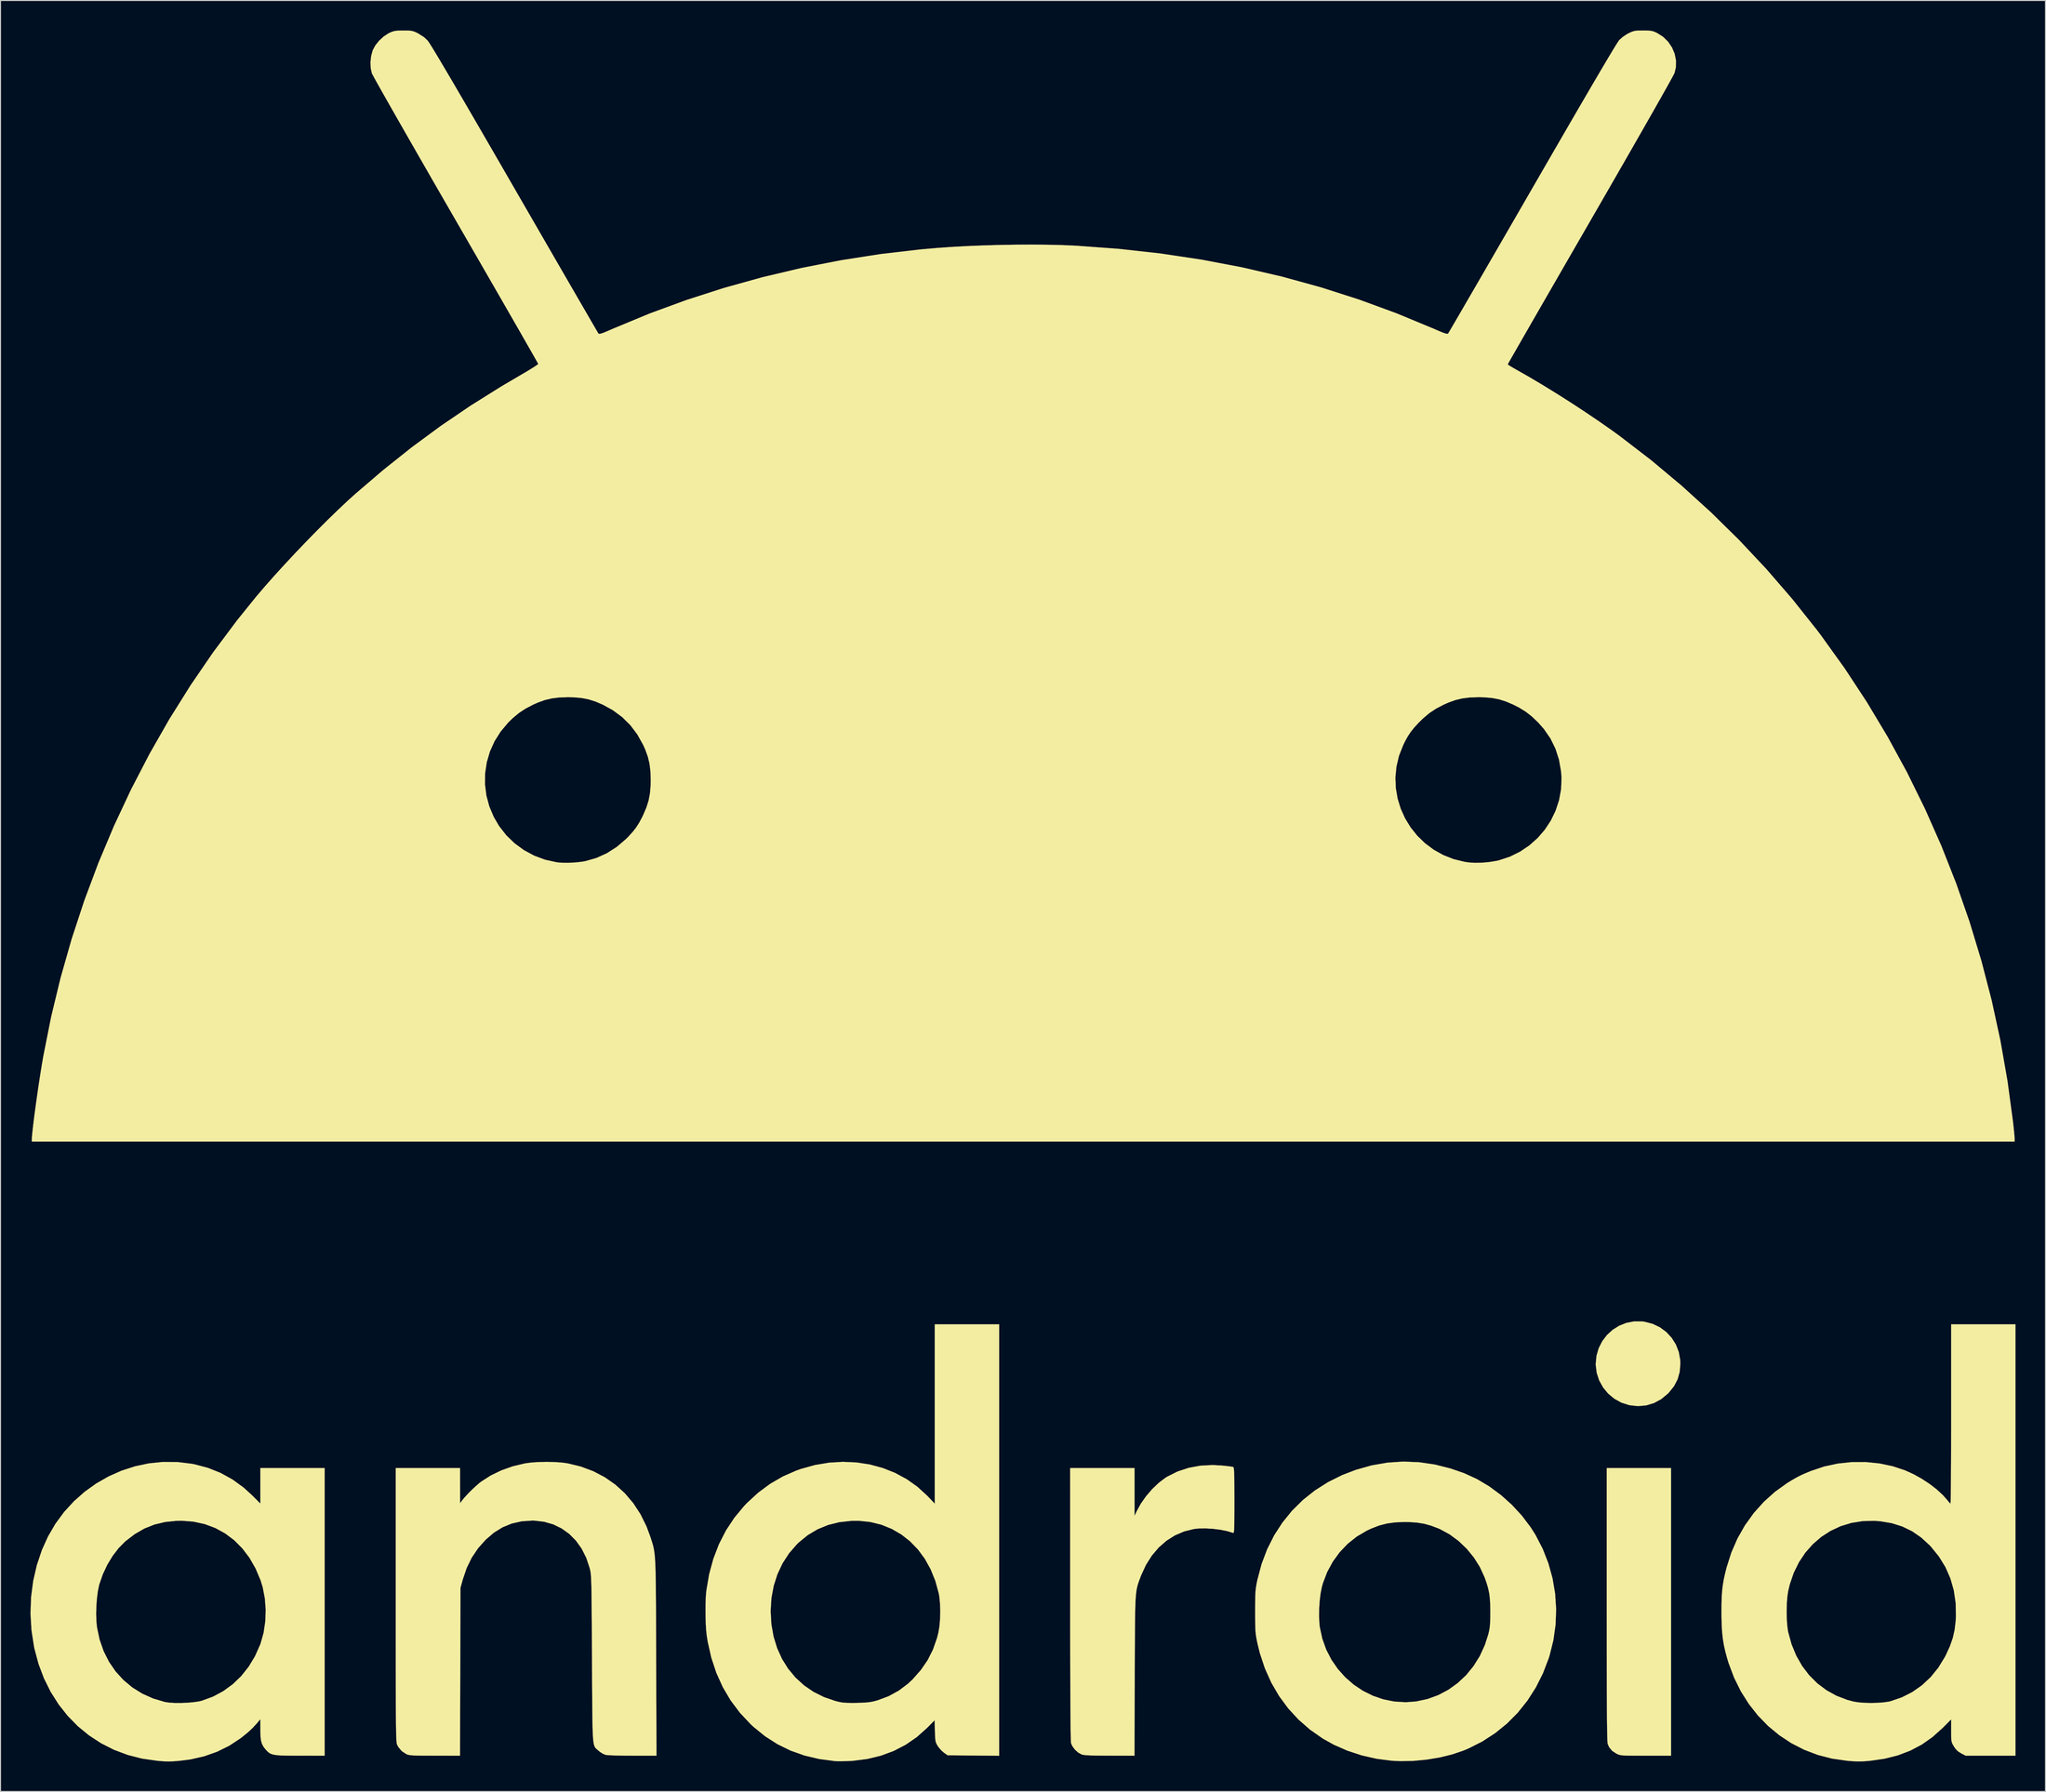
<source format=kicad_pcb>
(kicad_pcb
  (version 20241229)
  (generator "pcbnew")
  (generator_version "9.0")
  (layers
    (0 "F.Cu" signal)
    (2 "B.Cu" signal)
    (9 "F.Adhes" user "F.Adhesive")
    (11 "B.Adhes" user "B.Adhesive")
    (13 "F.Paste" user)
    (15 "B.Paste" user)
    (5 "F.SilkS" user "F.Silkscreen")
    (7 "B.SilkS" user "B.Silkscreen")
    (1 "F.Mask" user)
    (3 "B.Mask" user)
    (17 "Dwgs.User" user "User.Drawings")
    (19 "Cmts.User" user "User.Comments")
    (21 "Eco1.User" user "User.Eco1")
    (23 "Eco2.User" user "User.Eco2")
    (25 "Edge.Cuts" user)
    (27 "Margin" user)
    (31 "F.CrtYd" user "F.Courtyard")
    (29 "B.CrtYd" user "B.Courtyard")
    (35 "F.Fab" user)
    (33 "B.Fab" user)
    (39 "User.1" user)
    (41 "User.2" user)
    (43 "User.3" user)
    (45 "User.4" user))
  (footprint "android_17x20_F"
    (layer "F.Cu")
    (at 99.28 86.746)
    (property "Reference" "android_17x20_F" (at 0 0 0) (layer "F.SilkS") (effects (font (size 1.524 1.524) (thickness 0.3))))
    (attr through_hole)
    (fp_poly (pts (xy 64.855 85.937) (xy 62.331 85.937) (xy 61.612 85.936) (xy 61.041 85.935) (xy 60.597 85.93) (xy 60.26 85.921) (xy 60.009 85.905) (xy 59.822 85.882) (xy 59.679 85.851) (xy 59.559 85.808) (xy 59.441 85.754) (xy 59.384 85.726) (xy 58.961 85.449) (xy 58.668 85.092) (xy 58.519 84.76) (xy 58.505 84.676) (xy 58.493 84.503) (xy 58.481 84.236) (xy 58.471 83.869) (xy 58.462 83.397) (xy 58.454 82.814) (xy 58.446 82.114) (xy 58.44 81.292) (xy 58.435 80.343) (xy 58.43 79.26) (xy 58.427 78.038) (xy 58.424 76.671) (xy 58.422 75.155) (xy 58.421 73.483) (xy 58.42 71.649) (xy 58.42 70.811) (xy 58.42 57.15) (xy 64.855 57.15) (xy 64.855 85.937)) (stroke (width 0.01) (type solid)) (fill yes) (layer "F.SilkS"))
    (fp_poly (pts (xy 61.959 42.471) (xy 62.188 42.501) (xy 62.997 42.708) (xy 63.731 43.056) (xy 64.375 43.529) (xy 64.914 44.11) (xy 65.337 44.782) (xy 65.627 45.53) (xy 65.772 46.338) (xy 65.786 46.687) (xy 65.718 47.518) (xy 65.509 48.266) (xy 65.15 48.952) (xy 64.632 49.596) (xy 64.525 49.705) (xy 63.866 50.25) (xy 63.141 50.641) (xy 62.365 50.874) (xy 61.548 50.947) (xy 60.704 50.854) (xy 60.656 50.844) (xy 59.878 50.592) (xy 59.175 50.201) (xy 58.563 49.691) (xy 58.057 49.078) (xy 57.671 48.383) (xy 57.421 47.624) (xy 57.321 46.818) (xy 57.32 46.733) (xy 57.397 45.912) (xy 57.621 45.145) (xy 57.975 44.448) (xy 58.444 43.832) (xy 59.012 43.313) (xy 59.663 42.904) (xy 60.382 42.618) (xy 61.153 42.469) (xy 61.959 42.471)) (stroke (width 0.01) (type solid)) (fill yes) (layer "F.SilkS"))
    (fp_poly (pts (xy 19.907 56.894) (xy 20.314 56.936) (xy 20.665 56.977) (xy 20.922 57.012) (xy 21.048 57.038) (xy 21.078 57.073) (xy 21.104 57.162) (xy 21.124 57.32) (xy 21.139 57.561) (xy 21.151 57.9) (xy 21.159 58.352) (xy 21.164 58.931) (xy 21.166 59.653) (xy 21.167 60.385) (xy 21.166 61.22) (xy 21.165 61.901) (xy 21.161 62.443) (xy 21.155 62.862) (xy 21.146 63.172) (xy 21.133 63.389) (xy 21.115 63.528) (xy 21.091 63.605) (xy 21.062 63.635) (xy 21.026 63.633) (xy 21.018 63.63) (xy 20.45 63.456) (xy 19.77 63.32) (xy 19.033 63.227) (xy 18.292 63.183) (xy 17.603 63.193) (xy 17.129 63.243) (xy 16.144 63.486) (xy 15.22 63.881) (xy 14.367 64.422) (xy 13.594 65.099) (xy 12.909 65.906) (xy 12.322 66.834) (xy 11.841 67.874) (xy 11.802 67.977) (xy 11.709 68.225) (xy 11.626 68.447) (xy 11.553 68.654) (xy 11.49 68.857) (xy 11.435 69.068) (xy 11.388 69.299) (xy 11.349 69.56) (xy 11.316 69.863) (xy 11.289 70.22) (xy 11.267 70.642) (xy 11.25 71.14) (xy 11.237 71.726) (xy 11.227 72.41) (xy 11.219 73.206) (xy 11.213 74.123) (xy 11.208 75.173) (xy 11.204 76.368) (xy 11.199 77.719) (xy 11.199 77.957) (xy 11.17 85.937) (xy 8.697 85.933) (xy 7.924 85.93) (xy 7.302 85.923) (xy 6.815 85.91) (xy 6.444 85.892) (xy 6.172 85.868) (xy 5.98 85.836) (xy 5.884 85.809) (xy 5.536 85.617) (xy 5.207 85.318) (xy 4.95 84.968) (xy 4.833 84.699) (xy 4.82 84.582) (xy 4.808 84.332) (xy 4.797 83.945) (xy 4.786 83.418) (xy 4.777 82.75) (xy 4.77 81.936) (xy 4.763 80.974) (xy 4.757 79.861) (xy 4.752 78.595) (xy 4.748 77.172) (xy 4.745 75.59) (xy 4.743 73.846) (xy 4.742 71.937) (xy 4.742 70.76) (xy 4.741 57.15) (xy 11.176 57.15) (xy 11.177 59.542) (xy 11.178 61.934) (xy 11.394 61.47) (xy 11.808 60.714) (xy 12.335 59.965) (xy 12.941 59.259) (xy 13.594 58.634) (xy 14.259 58.127) (xy 14.448 58.008) (xy 15.479 57.494) (xy 16.585 57.127) (xy 17.758 56.91) (xy 18.986 56.845) (xy 19.907 56.894)) (stroke (width 0.01) (type solid)) (fill yes) (layer "F.SilkS"))
    (fp_poly (pts (xy -84.583 56.545) (xy -83.151 56.719) (xy -82.861 56.775) (xy -81.517 57.132) (xy -80.25 57.64) (xy -79.063 58.297) (xy -77.957 59.103) (xy -77.153 59.833) (xy -76.285 60.696) (xy -76.285 57.15) (xy -69.85 57.15) (xy -69.85 85.937) (xy -72.326 85.935) (xy -73.106 85.933) (xy -73.736 85.926) (xy -74.237 85.911) (xy -74.63 85.882) (xy -74.933 85.837) (xy -75.168 85.772) (xy -75.355 85.683) (xy -75.513 85.565) (xy -75.662 85.416) (xy -75.789 85.271) (xy -75.985 85.011) (xy -76.124 84.738) (xy -76.214 84.418) (xy -76.264 84.014) (xy -76.284 83.489) (xy -76.285 83.276) (xy -76.285 82.286) (xy -76.628 82.693) (xy -77.028 83.132) (xy -77.482 83.559) (xy -78.033 84.011) (xy -78.274 84.197) (xy -79.392 84.935) (xy -80.603 85.535) (xy -81.898 85.993) (xy -83.267 86.306) (xy -84.328 86.442) (xy -84.817 86.483) (xy -85.196 86.506) (xy -85.525 86.512) (xy -85.863 86.501) (xy -86.269 86.471) (xy -86.618 86.441) (xy -88.121 86.226) (xy -89.559 85.857) (xy -90.928 85.343) (xy -92.218 84.688) (xy -93.424 83.9) (xy -94.537 82.987) (xy -95.551 81.953) (xy -96.459 80.806) (xy -97.253 79.553) (xy -97.926 78.2) (xy -98.472 76.755) (xy -98.882 75.222) (xy -98.929 74.994) (xy -99.18 73.35) (xy -99.274 71.723) (xy -92.71 71.723) (xy -92.69 72.455) (xy -92.63 73.072) (xy -92.37 74.309) (xy -91.968 75.465) (xy -91.433 76.531) (xy -90.771 77.498) (xy -89.99 78.359) (xy -89.098 79.104) (xy -88.103 79.726) (xy -87.012 80.215) (xy -85.842 80.562) (xy -85.407 80.627) (xy -84.854 80.661) (xy -84.234 80.664) (xy -83.593 80.639) (xy -82.982 80.587) (xy -82.449 80.51) (xy -82.132 80.436) (xy -81.023 80.03) (xy -79.991 79.477) (xy -79.045 78.787) (xy -78.194 77.968) (xy -77.448 77.029) (xy -76.814 75.978) (xy -76.301 74.824) (xy -76.257 74.702) (xy -75.958 73.645) (xy -75.788 72.516) (xy -75.745 71.353) (xy -75.83 70.196) (xy -76.042 69.084) (xy -76.256 68.384) (xy -76.759 67.195) (xy -77.371 66.125) (xy -78.087 65.181) (xy -78.899 64.367) (xy -79.8 63.688) (xy -80.783 63.149) (xy -81.842 62.754) (xy -82.97 62.508) (xy -84.16 62.417) (xy -84.667 62.425) (xy -85.819 62.543) (xy -86.886 62.799) (xy -87.89 63.2) (xy -88.848 63.754) (xy -89.781 64.469) (xy -89.807 64.492) (xy -90.457 65.148) (xy -91.06 65.935) (xy -91.596 66.821) (xy -92.043 67.769) (xy -92.382 68.745) (xy -92.418 68.876) (xy -92.542 69.47) (xy -92.633 70.178) (xy -92.69 70.947) (xy -92.71 71.723) (xy -99.274 71.723) (xy -99.275 71.699) (xy -99.216 70.058) (xy -99.005 68.442) (xy -98.644 66.868) (xy -98.135 65.353) (xy -97.527 64.003) (xy -96.783 62.724) (xy -95.917 61.547) (xy -94.939 60.479) (xy -93.863 59.525) (xy -92.701 58.691) (xy -91.464 57.984) (xy -90.165 57.408) (xy -88.815 56.971) (xy -87.426 56.677) (xy -86.012 56.533) (xy -84.583 56.545)) (stroke (width 0.01) (type solid)) (fill yes) (layer "F.SilkS"))
    (fp_poly (pts (xy -2.371 85.944) (xy -4.946 85.919) (xy -7.521 85.894) (xy -7.886 85.638) (xy -8.149 85.408) (xy -8.405 85.115) (xy -8.507 84.967) (xy -8.613 84.786) (xy -8.687 84.624) (xy -8.734 84.441) (xy -8.763 84.199) (xy -8.781 83.859) (xy -8.793 83.473) (xy -8.822 82.393) (xy -9.597 83.173) (xy -10.609 84.075) (xy -11.715 84.836) (xy -12.91 85.456) (xy -14.19 85.932) (xy -15.55 86.262) (xy -16.986 86.445) (xy -17.484 86.473) (xy -17.91 86.485) (xy -18.315 86.489) (xy -18.644 86.485) (xy -18.796 86.477) (xy -20.364 86.27) (xy -21.845 85.919) (xy -23.24 85.423) (xy -24.553 84.78) (xy -25.786 83.989) (xy -26.943 83.049) (xy -27.251 82.762) (xy -28.313 81.626) (xy -29.235 80.394) (xy -30.017 79.067) (xy -30.66 77.644) (xy -31.162 76.127) (xy -31.525 74.514) (xy -31.623 73.897) (xy -31.677 73.386) (xy -31.716 72.754) (xy -31.739 72.049) (xy -31.744 71.474) (xy -25.23 71.474) (xy -25.156 72.779) (xy -24.938 74.016) (xy -24.58 75.178) (xy -24.091 76.255) (xy -23.476 77.238) (xy -22.742 78.121) (xy -21.895 78.894) (xy -20.942 79.548) (xy -19.888 80.076) (xy -18.741 80.468) (xy -18.363 80.562) (xy -18.018 80.62) (xy -17.586 80.652) (xy -17.037 80.66) (xy -16.552 80.653) (xy -16.004 80.634) (xy -15.578 80.607) (xy -15.228 80.564) (xy -14.909 80.5) (xy -14.572 80.41) (xy -14.538 80.399) (xy -13.428 79.985) (xy -12.409 79.428) (xy -11.48 78.727) (xy -11.028 78.302) (xy -10.194 77.358) (xy -9.515 76.367) (xy -8.982 75.307) (xy -8.582 74.16) (xy -8.449 73.634) (xy -8.341 72.997) (xy -8.277 72.26) (xy -8.256 71.479) (xy -8.281 70.714) (xy -8.35 70.021) (xy -8.41 69.681) (xy -8.752 68.432) (xy -9.217 67.281) (xy -9.797 66.235) (xy -10.484 65.301) (xy -11.27 64.486) (xy -12.147 63.796) (xy -13.106 63.238) (xy -14.14 62.818) (xy -15.241 62.545) (xy -16.4 62.423) (xy -17.145 62.427) (xy -18.357 62.56) (xy -19.488 62.842) (xy -20.54 63.274) (xy -21.514 63.855) (xy -22.411 64.587) (xy -22.606 64.776) (xy -23.386 65.675) (xy -24.035 66.674) (xy -24.549 67.763) (xy -24.922 68.929) (xy -25.151 70.162) (xy -25.23 71.449) (xy -25.23 71.474) (xy -31.744 71.474) (xy -31.746 71.318) (xy -31.736 70.609) (xy -31.708 69.969) (xy -31.664 69.447) (xy -31.661 69.424) (xy -31.381 67.783) (xy -30.959 66.228) (xy -30.397 64.765) (xy -29.695 63.394) (xy -28.855 62.119) (xy -27.878 60.942) (xy -27.581 60.632) (xy -26.454 59.598) (xy -25.264 58.718) (xy -23.999 57.986) (xy -22.652 57.396) (xy -22.194 57.234) (xy -20.798 56.846) (xy -19.399 56.61) (xy -18.008 56.525) (xy -16.638 56.587) (xy -15.303 56.793) (xy -14.015 57.142) (xy -12.785 57.63) (xy -11.628 58.254) (xy -10.555 59.012) (xy -9.58 59.901) (xy -9.521 59.963) (xy -8.805 60.715) (xy -8.805 42.757) (xy -2.371 42.757) (xy -2.371 85.944)) (stroke (width 0.01) (type solid)) (fill yes) (layer "F.SilkS"))
    (fp_poly (pts (xy 39.636 56.563) (xy 41.221 56.795) (xy 42.813 57.196) (xy 44.154 57.662) (xy 45.428 58.246) (xy 46.663 58.982) (xy 47.84 59.851) (xy 48.938 60.837) (xy 49.938 61.922) (xy 50.819 63.09) (xy 51.285 63.825) (xy 52.009 65.221) (xy 52.58 66.677) (xy 52.997 68.18) (xy 53.256 69.716) (xy 53.358 71.271) (xy 53.3 72.831) (xy 53.081 74.382) (xy 52.7 75.91) (xy 52.616 76.177) (xy 52.037 77.69) (xy 51.325 79.106) (xy 50.486 80.419) (xy 49.526 81.622) (xy 48.449 82.709) (xy 47.262 83.674) (xy 45.971 84.512) (xy 44.582 85.214) (xy 44.073 85.427) (xy 42.955 85.806) (xy 41.728 86.108) (xy 40.433 86.324) (xy 39.114 86.451) (xy 37.814 86.481) (xy 36.898 86.438) (xy 35.392 86.243) (xy 33.905 85.904) (xy 32.466 85.43) (xy 31.103 84.83) (xy 30.014 84.221) (xy 28.738 83.329) (xy 27.582 82.318) (xy 26.548 81.195) (xy 25.642 79.964) (xy 24.865 78.631) (xy 24.223 77.2) (xy 23.718 75.677) (xy 23.474 74.681) (xy 23.402 74.337) (xy 23.348 74.036) (xy 23.308 73.749) (xy 23.28 73.445) (xy 23.262 73.091) (xy 23.252 72.658) (xy 23.248 72.115) (xy 23.247 72.021) (xy 29.638 72.021) (xy 29.675 72.743) (xy 29.714 73.077) (xy 29.963 74.231) (xy 30.354 75.319) (xy 30.876 76.332) (xy 31.517 77.261) (xy 32.263 78.094) (xy 33.103 78.825) (xy 34.025 79.441) (xy 35.017 79.936) (xy 36.066 80.298) (xy 37.159 80.518) (xy 38.286 80.588) (xy 39.339 80.511) (xy 40.482 80.269) (xy 41.566 79.875) (xy 42.58 79.338) (xy 43.513 78.668) (xy 44.356 77.876) (xy 45.096 76.97) (xy 45.725 75.961) (xy 46.231 74.859) (xy 46.574 73.787) (xy 46.651 73.466) (xy 46.706 73.165) (xy 46.742 72.844) (xy 46.763 72.462) (xy 46.773 71.978) (xy 46.775 71.586) (xy 46.767 70.847) (xy 46.733 70.23) (xy 46.666 69.688) (xy 46.558 69.174) (xy 46.402 68.643) (xy 46.2 68.074) (xy 45.734 67.057) (xy 45.131 66.098) (xy 44.411 65.218) (xy 43.592 64.437) (xy 42.695 63.777) (xy 41.74 63.258) (xy 41.55 63.176) (xy 40.822 62.903) (xy 40.13 62.714) (xy 39.418 62.6) (xy 38.629 62.549) (xy 38.185 62.544) (xy 37.256 62.58) (xy 36.429 62.693) (xy 35.65 62.895) (xy 34.863 63.198) (xy 34.417 63.408) (xy 33.418 63.997) (xy 32.509 64.72) (xy 31.704 65.564) (xy 31.014 66.511) (xy 30.451 67.549) (xy 30.027 68.661) (xy 29.919 69.046) (xy 29.791 69.686) (xy 29.699 70.435) (xy 29.647 71.232) (xy 29.638 72.021) (xy 23.247 72.021) (xy 23.247 71.501) (xy 23.248 70.831) (xy 23.253 70.299) (xy 23.263 69.875) (xy 23.282 69.527) (xy 23.311 69.225) (xy 23.352 68.939) (xy 23.408 68.635) (xy 23.474 68.321) (xy 23.891 66.752) (xy 24.451 65.273) (xy 25.148 63.887) (xy 25.979 62.601) (xy 26.938 61.419) (xy 28.02 60.348) (xy 29.221 59.392) (xy 30.536 58.557) (xy 31.96 57.848) (xy 33.325 57.324) (xy 34.902 56.88) (xy 36.478 56.606) (xy 38.056 56.5) (xy 39.636 56.563)) (stroke (width 0.01) (type solid)) (fill yes) (layer "F.SilkS"))
    (fp_poly (pts (xy -46.869 56.546) (xy -46.146 56.596) (xy -45.551 56.676) (xy -44.218 56.999) (xy -42.972 57.465) (xy -41.819 58.07) (xy -40.765 58.807) (xy -39.815 59.673) (xy -38.976 60.661) (xy -38.253 61.767) (xy -37.651 62.986) (xy -37.262 64.037) (xy -37.181 64.286) (xy -37.109 64.511) (xy -37.045 64.721) (xy -36.988 64.927) (xy -36.938 65.139) (xy -36.895 65.366) (xy -36.857 65.62) (xy -36.825 65.911) (xy -36.798 66.248) (xy -36.775 66.641) (xy -36.756 67.101) (xy -36.741 67.639) (xy -36.728 68.263) (xy -36.718 68.985) (xy -36.711 69.814) (xy -36.704 70.76) (xy -36.699 71.834) (xy -36.695 73.046) (xy -36.69 74.406) (xy -36.685 75.924) (xy -36.685 76.094) (xy -36.652 85.937) (xy -39.048 85.936) (xy -39.77 85.933) (xy -40.412 85.923) (xy -40.954 85.908) (xy -41.377 85.888) (xy -41.663 85.864) (xy -41.768 85.846) (xy -42.025 85.733) (xy -42.307 85.551) (xy -42.429 85.451) (xy -42.53 85.364) (xy -42.619 85.29) (xy -42.698 85.219) (xy -42.767 85.141) (xy -42.826 85.045) (xy -42.877 84.922) (xy -42.92 84.761) (xy -42.956 84.551) (xy -42.986 84.284) (xy -43.01 83.948) (xy -43.029 83.534) (xy -43.045 83.031) (xy -43.057 82.43) (xy -43.066 81.72) (xy -43.074 80.89) (xy -43.08 79.932) (xy -43.087 78.834) (xy -43.093 77.587) (xy -43.1 76.242) (xy -43.108 74.865) (xy -43.115 73.647) (xy -43.122 72.577) (xy -43.129 71.644) (xy -43.136 70.838) (xy -43.143 70.147) (xy -43.151 69.562) (xy -43.16 69.071) (xy -43.171 68.665) (xy -43.183 68.331) (xy -43.197 68.06) (xy -43.212 67.841) (xy -43.231 67.663) (xy -43.252 67.516) (xy -43.276 67.388) (xy -43.303 67.269) (xy -43.333 67.149) (xy -43.335 67.141) (xy -43.676 66.122) (xy -44.136 65.211) (xy -44.705 64.414) (xy -45.374 63.738) (xy -46.134 63.192) (xy -46.976 62.783) (xy -47.892 62.518) (xy -48.871 62.405) (xy -49.078 62.401) (xy -50.14 62.473) (xy -51.128 62.696) (xy -52.05 63.073) (xy -52.913 63.608) (xy -53.725 64.303) (xy -53.726 64.304) (xy -54.498 65.168) (xy -55.132 66.11) (xy -55.64 67.147) (xy -56.03 68.297) (xy -56.033 68.309) (xy -56.26 69.13) (xy -56.284 77.534) (xy -56.308 85.937) (xy -58.825 85.935) (xy -59.554 85.933) (xy -60.135 85.93) (xy -60.587 85.923) (xy -60.932 85.911) (xy -61.188 85.893) (xy -61.378 85.869) (xy -61.521 85.837) (xy -61.637 85.795) (xy -61.68 85.776) (xy -62.134 85.476) (xy -62.482 85.06) (xy -62.607 84.818) (xy -62.624 84.763) (xy -62.64 84.681) (xy -62.654 84.563) (xy -62.667 84.402) (xy -62.678 84.19) (xy -62.688 83.92) (xy -62.697 83.584) (xy -62.705 83.174) (xy -62.712 82.682) (xy -62.718 82.101) (xy -62.723 81.423) (xy -62.727 80.641) (xy -62.73 79.746) (xy -62.733 78.731) (xy -62.735 77.588) (xy -62.736 76.31) (xy -62.737 74.889) (xy -62.738 73.317) (xy -62.738 71.587) (xy -62.738 70.826) (xy -62.738 57.15) (xy -56.303 57.15) (xy -56.301 58.907) (xy -56.298 60.664) (xy -56.114 60.41) (xy -55.865 60.104) (xy -55.524 59.733) (xy -55.133 59.339) (xy -54.731 58.961) (xy -54.36 58.64) (xy -54.187 58.505) (xy -53.233 57.892) (xy -52.163 57.375) (xy -51.008 56.967) (xy -49.8 56.68) (xy -49.784 56.677) (xy -49.162 56.595) (xy -48.432 56.546) (xy -47.649 56.53) (xy -46.869 56.546)) (stroke (width 0.01) (type solid)) (fill yes) (layer "F.SilkS"))
    (fp_poly (pts (xy 99.314 85.937) (xy 94.338 85.937) (xy 93.884 85.7) (xy 93.555 85.493) (xy 93.308 85.236) (xy 93.154 85.005) (xy 93.043 84.815) (xy 92.967 84.655) (xy 92.919 84.487) (xy 92.893 84.274) (xy 92.882 83.977) (xy 92.879 83.559) (xy 92.879 83.425) (xy 92.879 82.302) (xy 92.011 83.172) (xy 91.012 84.068) (xy 89.943 84.819) (xy 88.795 85.427) (xy 87.56 85.898) (xy 86.229 86.236) (xy 84.794 86.443) (xy 84.298 86.486) (xy 83.884 86.508) (xy 83.489 86.509) (xy 83.055 86.489) (xy 82.521 86.447) (xy 82.437 86.439) (xy 80.956 86.226) (xy 79.532 85.857) (xy 78.174 85.34) (xy 76.89 84.682) (xy 75.687 83.888) (xy 74.573 82.966) (xy 73.556 81.923) (xy 72.644 80.764) (xy 71.844 79.498) (xy 71.166 78.13) (xy 70.616 76.668) (xy 70.486 76.242) (xy 70.295 75.541) (xy 70.148 74.89) (xy 70.041 74.25) (xy 69.968 73.58) (xy 69.924 72.839) (xy 69.905 71.987) (xy 69.902 71.586) (xy 69.903 71.42) (xy 76.416 71.42) (xy 76.427 72.142) (xy 76.468 72.817) (xy 76.54 73.394) (xy 76.571 73.558) (xy 76.91 74.787) (xy 77.379 75.923) (xy 77.97 76.96) (xy 78.677 77.888) (xy 79.491 78.7) (xy 80.405 79.388) (xy 81.412 79.944) (xy 82.504 80.36) (xy 83.143 80.526) (xy 83.624 80.602) (xy 84.211 80.647) (xy 84.853 80.662) (xy 85.501 80.647) (xy 86.106 80.604) (xy 86.618 80.531) (xy 86.826 80.484) (xy 87.96 80.094) (xy 89.011 79.557) (xy 89.971 78.881) (xy 90.835 78.07) (xy 91.597 77.129) (xy 92.251 76.062) (xy 92.376 75.819) (xy 92.767 74.955) (xy 93.048 74.144) (xy 93.232 73.325) (xy 93.335 72.44) (xy 93.361 71.967) (xy 93.333 70.647) (xy 93.147 69.387) (xy 92.806 68.19) (xy 92.309 67.059) (xy 91.658 65.998) (xy 90.854 65.008) (xy 90.727 64.872) (xy 89.879 64.093) (xy 88.97 63.468) (xy 87.989 62.991) (xy 86.929 62.659) (xy 85.78 62.469) (xy 85.217 62.427) (xy 84.031 62.452) (xy 82.895 62.633) (xy 81.817 62.963) (xy 80.808 63.434) (xy 79.877 64.038) (xy 79.034 64.767) (xy 78.288 65.614) (xy 77.65 66.569) (xy 77.129 67.627) (xy 76.734 68.778) (xy 76.567 69.485) (xy 76.486 70.04) (xy 76.435 70.702) (xy 76.416 71.42) (xy 69.903 71.42) (xy 69.907 70.759) (xy 69.927 70.06) (xy 69.968 69.449) (xy 70.033 68.885) (xy 70.127 68.326) (xy 70.256 67.734) (xy 70.415 67.098) (xy 70.888 65.609) (xy 71.504 64.197) (xy 72.256 62.874) (xy 73.138 61.646) (xy 74.143 60.525) (xy 75.263 59.52) (xy 76.492 58.638) (xy 76.918 58.378) (xy 77.302 58.156) (xy 77.623 57.981) (xy 77.931 57.83) (xy 78.281 57.675) (xy 78.722 57.493) (xy 78.867 57.434) (xy 80.172 56.995) (xy 81.532 56.701) (xy 82.924 56.552) (xy 84.325 56.547) (xy 85.709 56.688) (xy 87.053 56.973) (xy 88.26 57.375) (xy 89.09 57.75) (xy 89.916 58.208) (xy 90.705 58.725) (xy 91.424 59.277) (xy 92.038 59.842) (xy 92.456 60.317) (xy 92.627 60.525) (xy 92.761 60.666) (xy 92.816 60.703) (xy 92.824 60.62) (xy 92.833 60.38) (xy 92.841 59.992) (xy 92.848 59.467) (xy 92.855 58.818) (xy 92.861 58.054) (xy 92.866 57.186) (xy 92.871 56.227) (xy 92.874 55.186) (xy 92.877 54.075) (xy 92.879 52.904) (xy 92.879 51.731) (xy 92.879 42.757) (xy 99.314 42.757) (xy 99.314 85.937)) (stroke (width 0.01) (type solid)) (fill yes) (layer "F.SilkS"))
    (fp_poly (pts (xy 62.475 -86.737) (xy 62.774 -86.718) (xy 63.005 -86.677) (xy 63.219 -86.602) (xy 63.456 -86.493) (xy 64.057 -86.112) (xy 64.558 -85.621) (xy 64.948 -85.045) (xy 65.215 -84.409) (xy 65.348 -83.74) (xy 65.336 -83.061) (xy 65.208 -82.508) (xy 65.147 -82.38) (xy 65.005 -82.112) (xy 64.785 -81.71) (xy 64.491 -81.18) (xy 64.126 -80.53) (xy 63.695 -79.765) (xy 63.2 -78.891) (xy 62.645 -77.916) (xy 62.034 -76.845) (xy 61.371 -75.684) (xy 60.659 -74.44) (xy 59.901 -73.12) (xy 59.102 -71.73) (xy 58.265 -70.275) (xy 57.394 -68.763) (xy 56.775 -67.691) (xy 55.945 -66.253) (xy 55.138 -64.854) (xy 54.358 -63.502) (xy 53.609 -62.202) (xy 52.895 -60.963) (xy 52.22 -59.791) (xy 51.588 -58.694) (xy 51.004 -57.678) (xy 50.47 -56.751) (xy 49.993 -55.919) (xy 49.574 -55.19) (xy 49.219 -54.57) (xy 48.932 -54.068) (xy 48.716 -53.689) (xy 48.577 -53.441) (xy 48.516 -53.331) (xy 48.514 -53.326) (xy 48.584 -53.266) (xy 48.775 -53.143) (xy 49.059 -52.974) (xy 49.408 -52.774) (xy 49.467 -52.742) (xy 50.714 -52.031) (xy 52.055 -51.233) (xy 53.453 -50.371) (xy 54.873 -49.468) (xy 56.279 -48.546) (xy 57.636 -47.629) (xy 58.908 -46.739) (xy 59.723 -46.149) (xy 62.848 -43.746) (xy 65.888 -41.203) (xy 68.832 -38.53) (xy 71.67 -35.739) (xy 74.389 -32.84) (xy 76.979 -29.844) (xy 79.43 -26.762) (xy 79.852 -26.204) (xy 82.221 -22.904) (xy 84.448 -19.513) (xy 86.53 -16.037) (xy 88.467 -12.48) (xy 90.256 -8.844) (xy 91.897 -5.136) (xy 93.386 -1.358) (xy 94.724 2.485) (xy 95.907 6.389) (xy 96.935 10.35) (xy 97.806 14.364) (xy 98.518 18.426) (xy 99.059 22.437) (xy 99.115 22.94) (xy 99.163 23.402) (xy 99.2 23.791) (xy 99.223 24.072) (xy 99.229 24.194) (xy 99.229 24.469) (xy -99.145 24.469) (xy -99.144 24.278) (xy -99.13 23.996) (xy -99.091 23.567) (xy -99.031 23.014) (xy -98.952 22.358) (xy -98.857 21.619) (xy -98.749 20.82) (xy -98.632 19.981) (xy -98.507 19.123) (xy -98.378 18.268) (xy -98.248 17.438) (xy -98.12 16.652) (xy -97.996 15.933) (xy -97.995 15.927) (xy -97.209 11.974) (xy -96.261 8.056) (xy -95.156 4.181) (xy -93.896 0.354) (xy -92.485 -3.417) (xy -90.925 -7.126) (xy -89.22 -10.766) (xy -88.948 -11.29) (xy -53.81 -11.29) (xy -53.672 -10.178) (xy -53.379 -9.084) (xy -52.931 -8.022) (xy -52.402 -7.117) (xy -51.685 -6.196) (xy -50.851 -5.388) (xy -49.915 -4.704) (xy -48.896 -4.153) (xy -47.809 -3.746) (xy -46.672 -3.494) (xy -46.493 -3.469) (xy -45.977 -3.434) (xy -45.365 -3.435) (xy -44.722 -3.472) (xy -44.116 -3.539) (xy -43.763 -3.601) (xy -42.656 -3.918) (xy -41.608 -4.394) (xy -40.622 -5.025) (xy -39.703 -5.81) (xy -39.449 -6.065) (xy -39.021 -6.537) (xy -38.676 -6.98) (xy -38.376 -7.452) (xy -38.081 -8.01) (xy -37.967 -8.245) (xy -37.653 -8.98) (xy -37.434 -9.681) (xy -37.298 -10.404) (xy -37.233 -11.201) (xy -37.224 -11.726) (xy -37.232 -11.98) (xy 37.275 -11.98) (xy 37.317 -10.908) (xy 37.498 -9.858) (xy 37.81 -8.844) (xy 38.247 -7.878) (xy 38.801 -6.973) (xy 39.466 -6.142) (xy 40.234 -5.397) (xy 41.098 -4.75) (xy 42.051 -4.216) (xy 43.087 -3.805) (xy 44.197 -3.532) (xy 44.611 -3.47) (xy 45.241 -3.429) (xy 45.961 -3.445) (xy 46.704 -3.514) (xy 47.4 -3.629) (xy 47.635 -3.684) (xy 48.731 -4.045) (xy 49.747 -4.545) (xy 50.675 -5.17) (xy 51.505 -5.908) (xy 52.228 -6.744) (xy 52.834 -7.665) (xy 53.313 -8.658) (xy 53.657 -9.71) (xy 53.857 -10.807) (xy 53.901 -11.935) (xy 53.855 -12.578) (xy 53.646 -13.763) (xy 53.292 -14.862) (xy 52.791 -15.881) (xy 52.138 -16.828) (xy 51.571 -17.472) (xy 50.941 -18.074) (xy 50.316 -18.564) (xy 49.635 -18.983) (xy 49.089 -19.261) (xy 48.35 -19.577) (xy 47.65 -19.799) (xy 46.933 -19.937) (xy 46.145 -20.003) (xy 45.593 -20.014) (xy 44.733 -19.986) (xy 43.978 -19.894) (xy 43.274 -19.726) (xy 42.566 -19.47) (xy 42.097 -19.261) (xy 41.336 -18.861) (xy 40.674 -18.422) (xy 40.052 -17.899) (xy 39.618 -17.472) (xy 39.172 -16.989) (xy 38.821 -16.553) (xy 38.524 -16.109) (xy 38.243 -15.599) (xy 38.052 -15.208) (xy 37.635 -14.143) (xy 37.379 -13.063) (xy 37.275 -11.98) (xy -37.232 -11.98) (xy -37.252 -12.589) (xy -37.344 -13.345) (xy -37.511 -14.05) (xy -37.767 -14.758) (xy -37.974 -15.222) (xy -38.561 -16.279) (xy -39.264 -17.212) (xy -40.085 -18.025) (xy -41.027 -18.719) (xy -42.012 -19.261) (xy -42.751 -19.577) (xy -43.452 -19.799) (xy -44.168 -19.937) (xy -44.956 -20.003) (xy -45.508 -20.014) (xy -46.369 -19.986) (xy -47.123 -19.894) (xy -47.827 -19.726) (xy -48.536 -19.47) (xy -49.004 -19.261) (xy -49.759 -18.865) (xy -50.417 -18.43) (xy -51.038 -17.911) (xy -51.487 -17.472) (xy -52.243 -16.574) (xy -52.853 -15.604) (xy -53.317 -14.575) (xy -53.631 -13.503) (xy -53.796 -12.403) (xy -53.81 -11.29) (xy -88.948 -11.29) (xy -87.373 -14.329) (xy -85.386 -17.81) (xy -83.264 -21.2) (xy -81.009 -24.495) (xy -78.625 -27.685) (xy -76.712 -30.057) (xy -75.859 -31.059) (xy -74.913 -32.13) (xy -73.897 -33.248) (xy -72.832 -34.39) (xy -71.742 -35.532) (xy -70.648 -36.652) (xy -69.573 -37.727) (xy -68.538 -38.733) (xy -67.566 -39.648) (xy -66.802 -40.34) (xy -63.978 -42.758) (xy -61.13 -45.026) (xy -58.231 -47.162) (xy -55.256 -49.185) (xy -52.178 -51.114) (xy -50.377 -52.174) (xy -49.864 -52.473) (xy -49.405 -52.748) (xy -49.018 -52.987) (xy -48.721 -53.179) (xy -48.536 -53.311) (xy -48.48 -53.368) (xy -48.522 -53.451) (xy -48.646 -53.672) (xy -48.846 -54.026) (xy -49.118 -54.506) (xy -49.459 -55.103) (xy -49.864 -55.812) (xy -50.329 -56.625) (xy -50.851 -57.534) (xy -51.425 -58.533) (xy -52.047 -59.616) (xy -52.713 -60.773) (xy -53.419 -61.999) (xy -54.16 -63.287) (xy -54.934 -64.629) (xy -55.735 -66.018) (xy -56.56 -67.447) (xy -56.725 -67.733) (xy -57.557 -69.175) (xy -58.368 -70.582) (xy -59.153 -71.946) (xy -59.908 -73.26) (xy -60.629 -74.517) (xy -61.312 -75.709) (xy -61.953 -76.829) (xy -62.547 -77.869) (xy -63.09 -78.823) (xy -63.579 -79.683) (xy -64.008 -80.441) (xy -64.374 -81.091) (xy -64.673 -81.625) (xy -64.9 -82.035) (xy -65.051 -82.315) (xy -65.122 -82.456) (xy -65.125 -82.465) (xy -65.24 -82.985) (xy -65.262 -83.583) (xy -65.194 -84.195) (xy -65.038 -84.759) (xy -65.03 -84.779) (xy -64.776 -85.25) (xy -64.402 -85.717) (xy -63.952 -86.133) (xy -63.47 -86.453) (xy -63.359 -86.508) (xy -63.11 -86.615) (xy -62.885 -86.683) (xy -62.631 -86.72) (xy -62.297 -86.736) (xy -61.974 -86.739) (xy -61.563 -86.737) (xy -61.269 -86.72) (xy -61.039 -86.679) (xy -60.823 -86.605) (xy -60.566 -86.486) (xy -60.52 -86.464) (xy -59.908 -86.073) (xy -59.548 -85.734) (xy -59.463 -85.619) (xy -59.318 -85.4) (xy -59.112 -85.072) (xy -58.844 -84.632) (xy -58.511 -84.079) (xy -58.112 -83.408) (xy -57.645 -82.618) (xy -57.108 -81.705) (xy -56.5 -80.666) (xy -55.819 -79.498) (xy -55.064 -78.199) (xy -54.232 -76.765) (xy -53.322 -75.194) (xy -52.332 -73.482) (xy -51.261 -71.628) (xy -50.853 -70.921) (xy -50.021 -69.479) (xy -49.21 -68.075) (xy -48.426 -66.717) (xy -47.672 -65.411) (xy -46.952 -64.165) (xy -46.271 -62.986) (xy -45.632 -61.881) (xy -45.04 -60.857) (xy -44.498 -59.921) (xy -44.011 -59.081) (xy -43.584 -58.342) (xy -43.219 -57.713) (xy -42.921 -57.201) (xy -42.695 -56.812) (xy -42.544 -56.554) (xy -42.473 -56.434) (xy -42.468 -56.427) (xy -42.418 -56.386) (xy -42.333 -56.376) (xy -42.193 -56.406) (xy -41.974 -56.482) (xy -41.656 -56.61) (xy -41.217 -56.799) (xy -40.933 -56.923) (xy -37.332 -58.416) (xy -33.64 -59.771) (xy -29.869 -60.984) (xy -26.029 -62.052) (xy -22.133 -62.974) (xy -18.189 -63.747) (xy -14.21 -64.367) (xy -10.207 -64.832) (xy -8.551 -64.978) (xy -7.118 -65.079) (xy -5.582 -65.163) (xy -3.976 -65.228) (xy -2.335 -65.275) (xy -0.691 -65.302) (xy 0.921 -65.309) (xy 2.468 -65.296) (xy 3.918 -65.262) (xy 5.235 -65.206) (xy 5.334 -65.201) (xy 9.596 -64.887) (xy 13.783 -64.421) (xy 17.896 -63.804) (xy 21.936 -63.035) (xy 25.905 -62.114) (xy 29.803 -61.04) (xy 33.632 -59.814) (xy 37.393 -58.434) (xy 41.088 -56.902) (xy 41.186 -56.858) (xy 41.677 -56.645) (xy 42.037 -56.499) (xy 42.285 -56.413) (xy 42.443 -56.38) (xy 42.531 -56.393) (xy 42.55 -56.408) (xy 42.602 -56.491) (xy 42.734 -56.713) (xy 42.942 -57.069) (xy 43.223 -57.549) (xy 43.572 -58.149) (xy 43.985 -58.859) (xy 44.457 -59.674) (xy 44.986 -60.586) (xy 45.567 -61.588) (xy 46.195 -62.673) (xy 46.867 -63.835) (xy 47.578 -65.065) (xy 48.325 -66.357) (xy 49.103 -67.704) (xy 49.908 -69.099) (xy 50.737 -70.534) (xy 50.977 -70.951) (xy 52.114 -72.921) (xy 53.169 -74.745) (xy 54.141 -76.425) (xy 55.032 -77.961) (xy 55.843 -79.356) (xy 56.574 -80.61) (xy 57.226 -81.725) (xy 57.8 -82.703) (xy 58.297 -83.544) (xy 58.717 -84.25) (xy 59.061 -84.822) (xy 59.331 -85.262) (xy 59.526 -85.571) (xy 59.648 -85.75) (xy 59.679 -85.789) (xy 60.018 -86.092) (xy 60.431 -86.37) (xy 60.611 -86.467) (xy 60.876 -86.591) (xy 61.095 -86.671) (xy 61.321 -86.716) (xy 61.606 -86.736) (xy 62.001 -86.741) (xy 62.059 -86.741) (xy 62.475 -86.737)) (stroke (width 0.01) (type solid)) (fill yes) (layer "F.SilkS")))
  (gr_rect
    (start -3 -3)
    (end 201.599 176.263)
    (stroke (width 0.1) (type default))
    (fill no)
    (layer "Edge.Cuts")))
</source>
